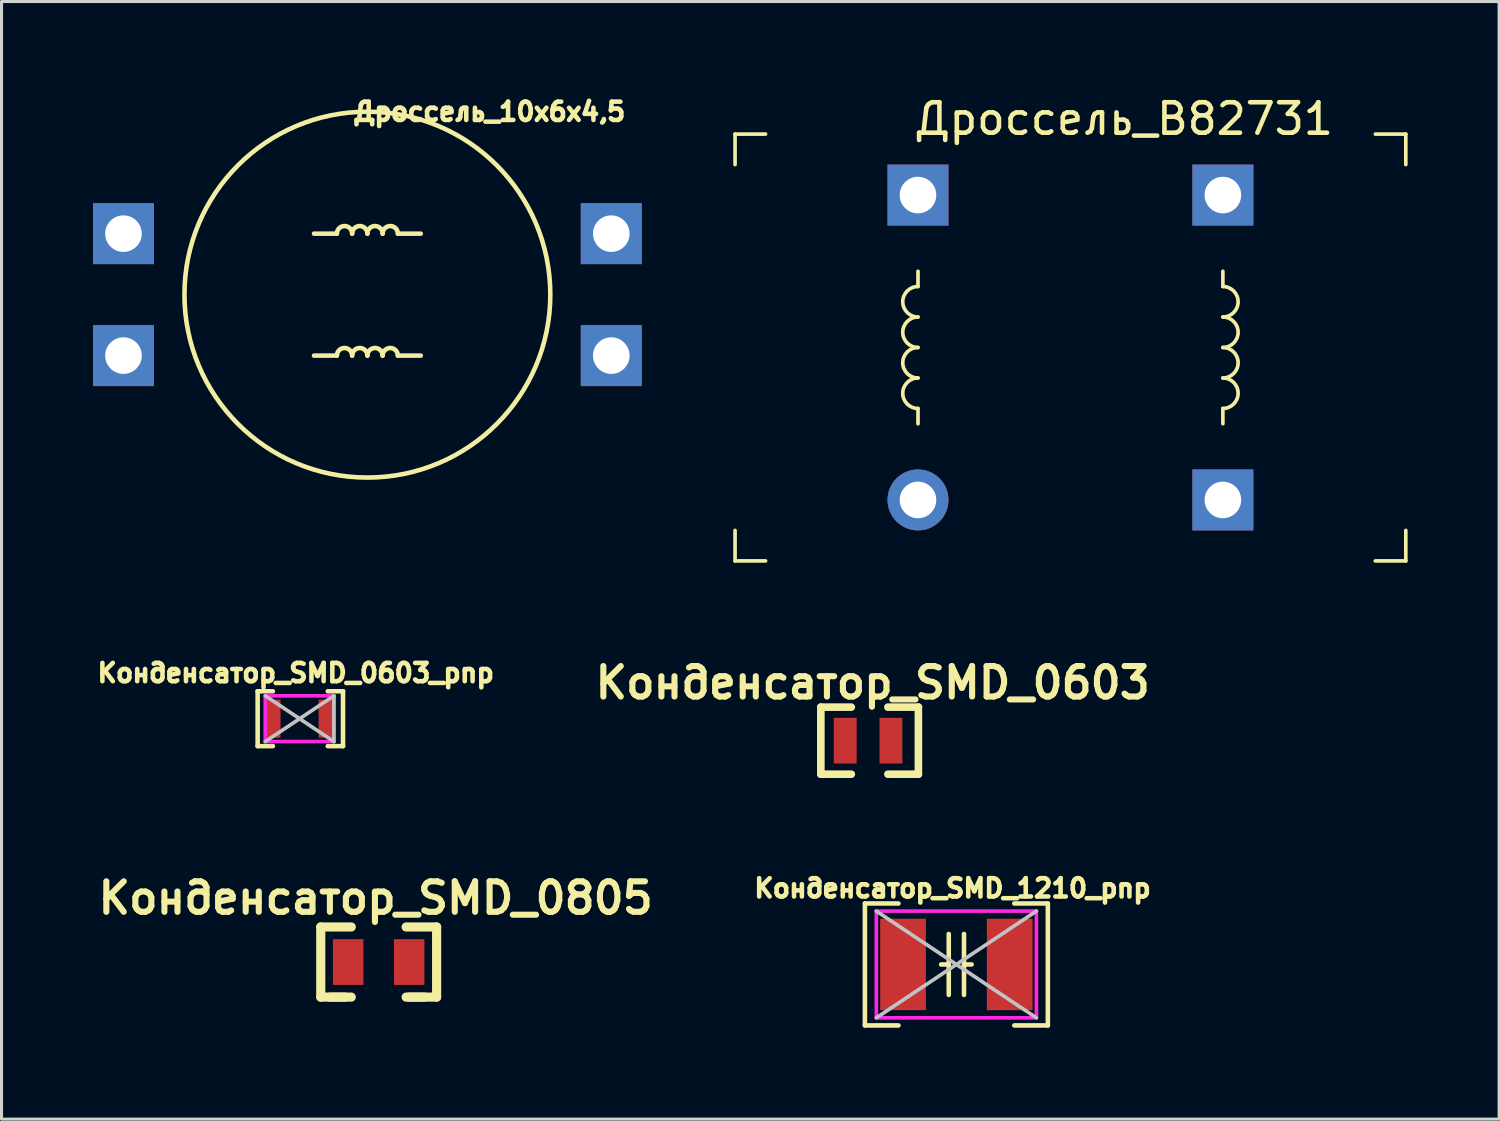
<source format=kicad_pcb>
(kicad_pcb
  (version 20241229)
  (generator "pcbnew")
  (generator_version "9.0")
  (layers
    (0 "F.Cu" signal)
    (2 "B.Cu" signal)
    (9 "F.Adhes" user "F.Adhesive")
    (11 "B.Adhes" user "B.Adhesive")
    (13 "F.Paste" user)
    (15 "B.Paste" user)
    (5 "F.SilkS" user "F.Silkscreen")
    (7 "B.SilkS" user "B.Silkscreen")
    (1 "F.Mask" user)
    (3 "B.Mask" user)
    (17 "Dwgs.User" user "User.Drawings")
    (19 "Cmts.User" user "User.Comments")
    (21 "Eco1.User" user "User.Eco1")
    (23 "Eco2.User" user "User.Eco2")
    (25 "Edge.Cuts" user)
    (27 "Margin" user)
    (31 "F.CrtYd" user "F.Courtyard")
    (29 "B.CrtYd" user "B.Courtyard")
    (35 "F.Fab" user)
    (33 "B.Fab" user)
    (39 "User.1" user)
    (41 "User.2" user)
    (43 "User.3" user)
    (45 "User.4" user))
  (footprint "Конденсатор_SMD_0603_pnp"
    (layer "F.Cu")
    (at 6.776 20.523)
    (property "Reference" "Конденсатор_SMD_0603_pnp" (at -0.125 -1.5 0) (layer "F.SilkS") (effects (font (size 0.6 0.6) (thickness 0.15))))
    (attr smd)
    (fp_line (start -1.375 -0.9) (end -1.375 0.9) (stroke (width 0.15) (type solid)) (layer "F.SilkS"))
    (fp_line (start -1.375 -0.9) (end -0.875 -0.9) (stroke (width 0.15) (type solid)) (layer "F.SilkS"))
    (fp_line (start -1.375 0.9) (end -0.875 0.9) (stroke (width 0.15) (type solid)) (layer "F.SilkS"))
    (fp_line (start 1.425 -0.9) (end 0.925 -0.9) (stroke (width 0.15) (type solid)) (layer "F.SilkS"))
    (fp_line (start 1.425 -0.9) (end 1.425 0.9) (stroke (width 0.15) (type solid)) (layer "F.SilkS"))
    (fp_line (start 1.425 0.9) (end 0.925 0.9) (stroke (width 0.15) (type solid)) (layer "F.SilkS"))
    (fp_line (start -1.125 -0.75) (end 1.125 0.75) (stroke (width 0.12) (type solid)) (layer "Dwgs.User"))
    (fp_line (start 1.125 -0.75) (end -1.125 0.75) (stroke (width 0.12) (type solid)) (layer "Dwgs.User"))
    (fp_line (start 1.125 0.75) (end 1.125 -0.75) (stroke (width 0.12) (type solid)) (layer "Dwgs.User"))
    (fp_line (start -1.125 -0.75) (end 1.125 -0.75) (stroke (width 0.12) (type solid)) (layer "F.CrtYd"))
    (fp_line (start -1.125 0.75) (end -1.125 -0.75) (stroke (width 0.12) (type solid)) (layer "F.CrtYd"))
    (fp_line (start 1.125 -0.75) (end 1.125 0.75) (stroke (width 0.12) (type solid)) (layer "F.CrtYd"))
    (fp_line (start 1.125 0.75) (end -1.125 0.75) (stroke (width 0.12) (type solid)) (layer "F.CrtYd"))
    (pad "1" smd rect (at -0.875 0) (size 0.5 1.25) (layers "F.Cu" "F.Mask" "F.Paste"))
    (pad "2" smd rect (at 0.875 0) (size 0.5 1.25) (layers "F.Cu" "F.Mask" "F.Paste")))
  (footprint "Дроссель_10х6х4,5"
    (layer "F.Cu")
    (at 9 6.614)
    (property "Reference" "Дроссель_10х6х4,5" (at 4 -6 0) (layer "F.SilkS") (effects (font (size 0.6 0.6) (thickness 0.15))))
    (attr through_hole)
    (fp_line (start -1 -2) (end -1.75 -2) (stroke (width 0.15) (type solid)) (layer "F.SilkS"))
    (fp_line (start -1 2) (end -1.75 2) (stroke (width 0.15) (type solid)) (layer "F.SilkS"))
    (fp_line (start 1 -2) (end 1.75 -2) (stroke (width 0.15) (type solid)) (layer "F.SilkS"))
    (fp_line (start 1 2) (end 1.75 2) (stroke (width 0.15) (type solid)) (layer "F.SilkS"))
    (fp_arc (start -1 -2) (mid -0.75 -2.25) (end -0.5 -2) (stroke (width 0.15) (type solid)) (layer "F.SilkS"))
    (fp_arc (start -1 2) (mid -0.75 1.75) (end -0.5 2) (stroke (width 0.15) (type solid)) (layer "F.SilkS"))
    (fp_arc (start -0.5 -2) (mid -0.25 -2.25) (end 0 -2) (stroke (width 0.15) (type solid)) (layer "F.SilkS"))
    (fp_arc (start -0.5 2) (mid -0.25 1.75) (end 0 2) (stroke (width 0.15) (type solid)) (layer "F.SilkS"))
    (fp_arc (start 0 -2) (mid 0.25 -2.25) (end 0.5 -2) (stroke (width 0.15) (type solid)) (layer "F.SilkS"))
    (fp_arc (start 0 2) (mid 0.25 1.75) (end 0.5 2) (stroke (width 0.15) (type solid)) (layer "F.SilkS"))
    (fp_arc (start 0.5 -2) (mid 0.75 -2.25) (end 1 -2) (stroke (width 0.15) (type solid)) (layer "F.SilkS"))
    (fp_arc (start 0.5 2) (mid 0.75 1.75) (end 1 2) (stroke (width 0.15) (type solid)) (layer "F.SilkS"))
    (fp_circle (center 0 0) (end 6 0) (stroke (width 0.15) (type solid)) (fill no) (layer "F.SilkS"))
    (pad "1" thru_hole rect (at -8 -2) (size 2 2) (drill 1.2) (layers "*.Cu" "*.Mask"))
    (pad "2" thru_hole rect (at 8 -2) (size 2 2) (drill 1.2) (layers "*.Cu" "*.Mask"))
    (pad "3" thru_hole rect (at -8 2) (size 2 2) (drill 1.2) (layers "*.Cu" "*.Mask"))
    (pad "4" thru_hole rect (at 8 2) (size 2 2) (drill 1.2) (layers "*.Cu" "*.Mask")))
  (footprint "Дроссель_B82731"
    (layer "F.Cu")
    (at 27.06 13.348)
    (property "Reference" "Дроссель_B82731" (at 6.75 -12.5 0) (layer "F.SilkS") (effects (font (size 1 1) (thickness 0.15))))
    (attr through_hole)
    (fp_line (start -6 -12) (end -6 -11) (stroke (width 0.12) (type solid)) (layer "F.SilkS"))
    (fp_line (start -6 -12) (end -5 -12) (stroke (width 0.12) (type solid)) (layer "F.SilkS"))
    (fp_line (start -6 2) (end -6 1) (stroke (width 0.12) (type solid)) (layer "F.SilkS"))
    (fp_line (start -6 2) (end -5 2) (stroke (width 0.12) (type solid)) (layer "F.SilkS"))
    (fp_line (start 0 -7) (end 0 -7.5) (stroke (width 0.12) (type solid)) (layer "F.SilkS"))
    (fp_line (start 0 -3) (end 0 -2.5) (stroke (width 0.12) (type solid)) (layer "F.SilkS"))
    (fp_line (start 10 -7) (end 10 -7.5) (stroke (width 0.12) (type solid)) (layer "F.SilkS"))
    (fp_line (start 10 -3) (end 10 -2.5) (stroke (width 0.12) (type solid)) (layer "F.SilkS"))
    (fp_line (start 16 -12) (end 15 -12) (stroke (width 0.12) (type solid)) (layer "F.SilkS"))
    (fp_line (start 16 -12) (end 16 -11) (stroke (width 0.12) (type solid)) (layer "F.SilkS"))
    (fp_line (start 16 2) (end 15 2) (stroke (width 0.12) (type solid)) (layer "F.SilkS"))
    (fp_line (start 16 2) (end 16 1) (stroke (width 0.12) (type solid)) (layer "F.SilkS"))
    (fp_arc (start 0 -6) (mid -0.5 -6.5) (end 0 -7) (stroke (width 0.12) (type solid)) (layer "F.SilkS"))
    (fp_arc (start 0 -5) (mid -0.5 -5.5) (end 0 -6) (stroke (width 0.12) (type solid)) (layer "F.SilkS"))
    (fp_arc (start 0 -4) (mid -0.5 -4.5) (end 0 -5) (stroke (width 0.12) (type solid)) (layer "F.SilkS"))
    (fp_arc (start 0 -3) (mid -0.5 -3.5) (end 0 -4) (stroke (width 0.12) (type solid)) (layer "F.SilkS"))
    (fp_arc (start 10 -7) (mid 10.5 -6.5) (end 10 -6) (stroke (width 0.12) (type solid)) (layer "F.SilkS"))
    (fp_arc (start 10 -6) (mid 10.5 -5.5) (end 10 -5) (stroke (width 0.12) (type solid)) (layer "F.SilkS"))
    (fp_arc (start 10 -5) (mid 10.5 -4.5) (end 10 -4) (stroke (width 0.12) (type solid)) (layer "F.SilkS"))
    (fp_arc (start 10 -4) (mid 10.5 -3.5) (end 10 -3) (stroke (width 0.12) (type solid)) (layer "F.SilkS"))
    (pad "1" thru_hole circle (at 0 0) (size 2 2) (drill 1.2) (layers "*.Cu" "*.Mask"))
    (pad "3" thru_hole rect (at 10 0) (size 2 2) (drill 1.2) (layers "*.Cu" "*.Mask"))
    (pad "4" thru_hole rect (at 10 -10) (size 2 2) (drill 1.2) (layers "*.Cu" "*.Mask"))
    (pad "6" thru_hole rect (at 0 -10) (size 2 2) (drill 1.2) (layers "*.Cu" "*.Mask")))
  (footprint "Конденсатор_SMD_1210_pnp"
    (layer "F.Cu")
    (at 28.319 28.584)
    (property "Reference" "Конденсатор_SMD_1210_pnp" (at -0.125 -2.5 0) (layer "F.SilkS") (effects (font (size 0.6 0.6) (thickness 0.15))))
    (attr smd)
    (fp_line (start -3 -2) (end -3 2) (stroke (width 0.15) (type solid)) (layer "F.SilkS"))
    (fp_line (start -3 -2) (end -1.9 -2) (stroke (width 0.15) (type solid)) (layer "F.SilkS"))
    (fp_line (start -3 2) (end -1.9 2) (stroke (width 0.15) (type solid)) (layer "F.SilkS"))
    (fp_line (start -0.25 -1) (end -0.25 1) (stroke (width 0.15) (type solid)) (layer "F.SilkS"))
    (fp_line (start -0.25 0) (end -0.5 0) (stroke (width 0.15) (type solid)) (layer "F.SilkS"))
    (fp_line (start 0.25 -1) (end 0.25 1) (stroke (width 0.15) (type solid)) (layer "F.SilkS"))
    (fp_line (start 0.25 0) (end 0.5 0) (stroke (width 0.15) (type solid)) (layer "F.SilkS"))
    (fp_line (start 3 -2) (end 1.9 -2) (stroke (width 0.15) (type solid)) (layer "F.SilkS"))
    (fp_line (start 3 -2) (end 3 2) (stroke (width 0.15) (type solid)) (layer "F.SilkS"))
    (fp_line (start 3 2) (end 1.9 2) (stroke (width 0.15) (type solid)) (layer "F.SilkS"))
    (fp_line (start -2.625 -1.75) (end 2.625 1.75) (stroke (width 0.12) (type solid)) (layer "Dwgs.User"))
    (fp_line (start 2.625 -1.75) (end -2.625 1.75) (stroke (width 0.12) (type solid)) (layer "Dwgs.User"))
    (fp_line (start -2.625 -1.75) (end 2.625 -1.75) (stroke (width 0.12) (type solid)) (layer "F.CrtYd"))
    (fp_line (start -2.625 1.75) (end -2.625 -1.75) (stroke (width 0.12) (type solid)) (layer "F.CrtYd"))
    (fp_line (start 2.625 -1.75) (end 2.625 1.75) (stroke (width 0.12) (type solid)) (layer "F.CrtYd"))
    (fp_line (start 2.625 1.75) (end -2.625 1.75) (stroke (width 0.12) (type solid)) (layer "F.CrtYd"))
    (pad "1" smd rect (at -1.75 0) (size 1.5 3) (layers "F.Cu" "F.Mask" "F.Paste"))
    (pad "2" smd rect (at 1.75 0) (size 1.5 3) (layers "F.Cu" "F.Mask" "F.Paste")))
  (footprint "Конденсатор_SMD_0603"
    (layer "F.Cu")
    (at 24.673 21.244)
    (property "Reference" "Конденсатор_SMD_0603" (at 0.9 -1.9 0) (layer "F.SilkS") (effects (font (size 1 1) (thickness 0.2))))
    (attr through_hole)
    (fp_line (start -0.8 -1.1) (end -0.8 1.1) (stroke (width 0.25) (type solid)) (layer "F.SilkS"))
    (fp_line (start -0.8 -1.1) (end 0.2 -1.1) (stroke (width 0.25) (type solid)) (layer "F.SilkS"))
    (fp_line (start -0.8 1.1) (end 0.2 1.1) (stroke (width 0.25) (type solid)) (layer "F.SilkS"))
    (fp_line (start 2.4 -1.1) (end 1.4 -1.1) (stroke (width 0.25) (type solid)) (layer "F.SilkS"))
    (fp_line (start 2.4 -1.1) (end 2.4 1.1) (stroke (width 0.25) (type solid)) (layer "F.SilkS"))
    (fp_line (start 2.4 1.1) (end 1.4 1.1) (stroke (width 0.25) (type solid)) (layer "F.SilkS"))
    (pad "1" smd rect (at 0 0) (size 0.75 1.5) (layers "F.Cu" "F.Mask" "F.Paste"))
    (pad "2" smd rect (at 1.5 0) (size 0.75 1.5) (layers "F.Cu" "F.Mask" "F.Paste")))
  (footprint "Конденсатор_SMD_0805"
    (layer "F.Cu")
    (at 8.371 28.505)
    (property "Reference" "Конденсатор_SMD_0805" (at 0.9 -2.1 0) (layer "F.SilkS") (effects (font (size 1 1) (thickness 0.2))))
    (attr through_hole)
    (fp_line (start -0.9 -1.15) (end 0.1 -1.15) (stroke (width 0.3) (type solid)) (layer "F.SilkS"))
    (fp_line (start -0.9 1.15) (end -0.9 -1.15) (stroke (width 0.3) (type solid)) (layer "F.SilkS"))
    (fp_line (start -0.9 1.15) (end 0.1 1.15) (stroke (width 0.3) (type solid)) (layer "F.SilkS"))
    (fp_line (start -0.6 1.15) (end -0.1 1.15) (stroke (width 0.3) (type solid)) (layer "F.SilkS"))
    (fp_line (start 2.5 1.15) (end 2 1.15) (stroke (width 0.3) (type solid)) (layer "F.SilkS"))
    (fp_line (start 2.9 -1.15) (end 1.9 -1.15) (stroke (width 0.3) (type solid)) (layer "F.SilkS"))
    (fp_line (start 2.9 -1.15) (end 2.9 1.15) (stroke (width 0.3) (type solid)) (layer "F.SilkS"))
    (fp_line (start 2.9 1.15) (end 1.9 1.15) (stroke (width 0.3) (type solid)) (layer "F.SilkS"))
    (pad "1" smd rect (at 0 0) (size 1 1.5) (layers "F.Cu" "F.Mask" "F.Paste"))
    (pad "2" smd rect (at 2 0) (size 1 1.5) (layers "F.Cu" "F.Mask" "F.Paste")))
  (gr_rect
    (start -3 -3)
    (end 46.12 33.658)
    (stroke (width 0.1) (type default))
    (fill no)
    (layer "Edge.Cuts")))
</source>
